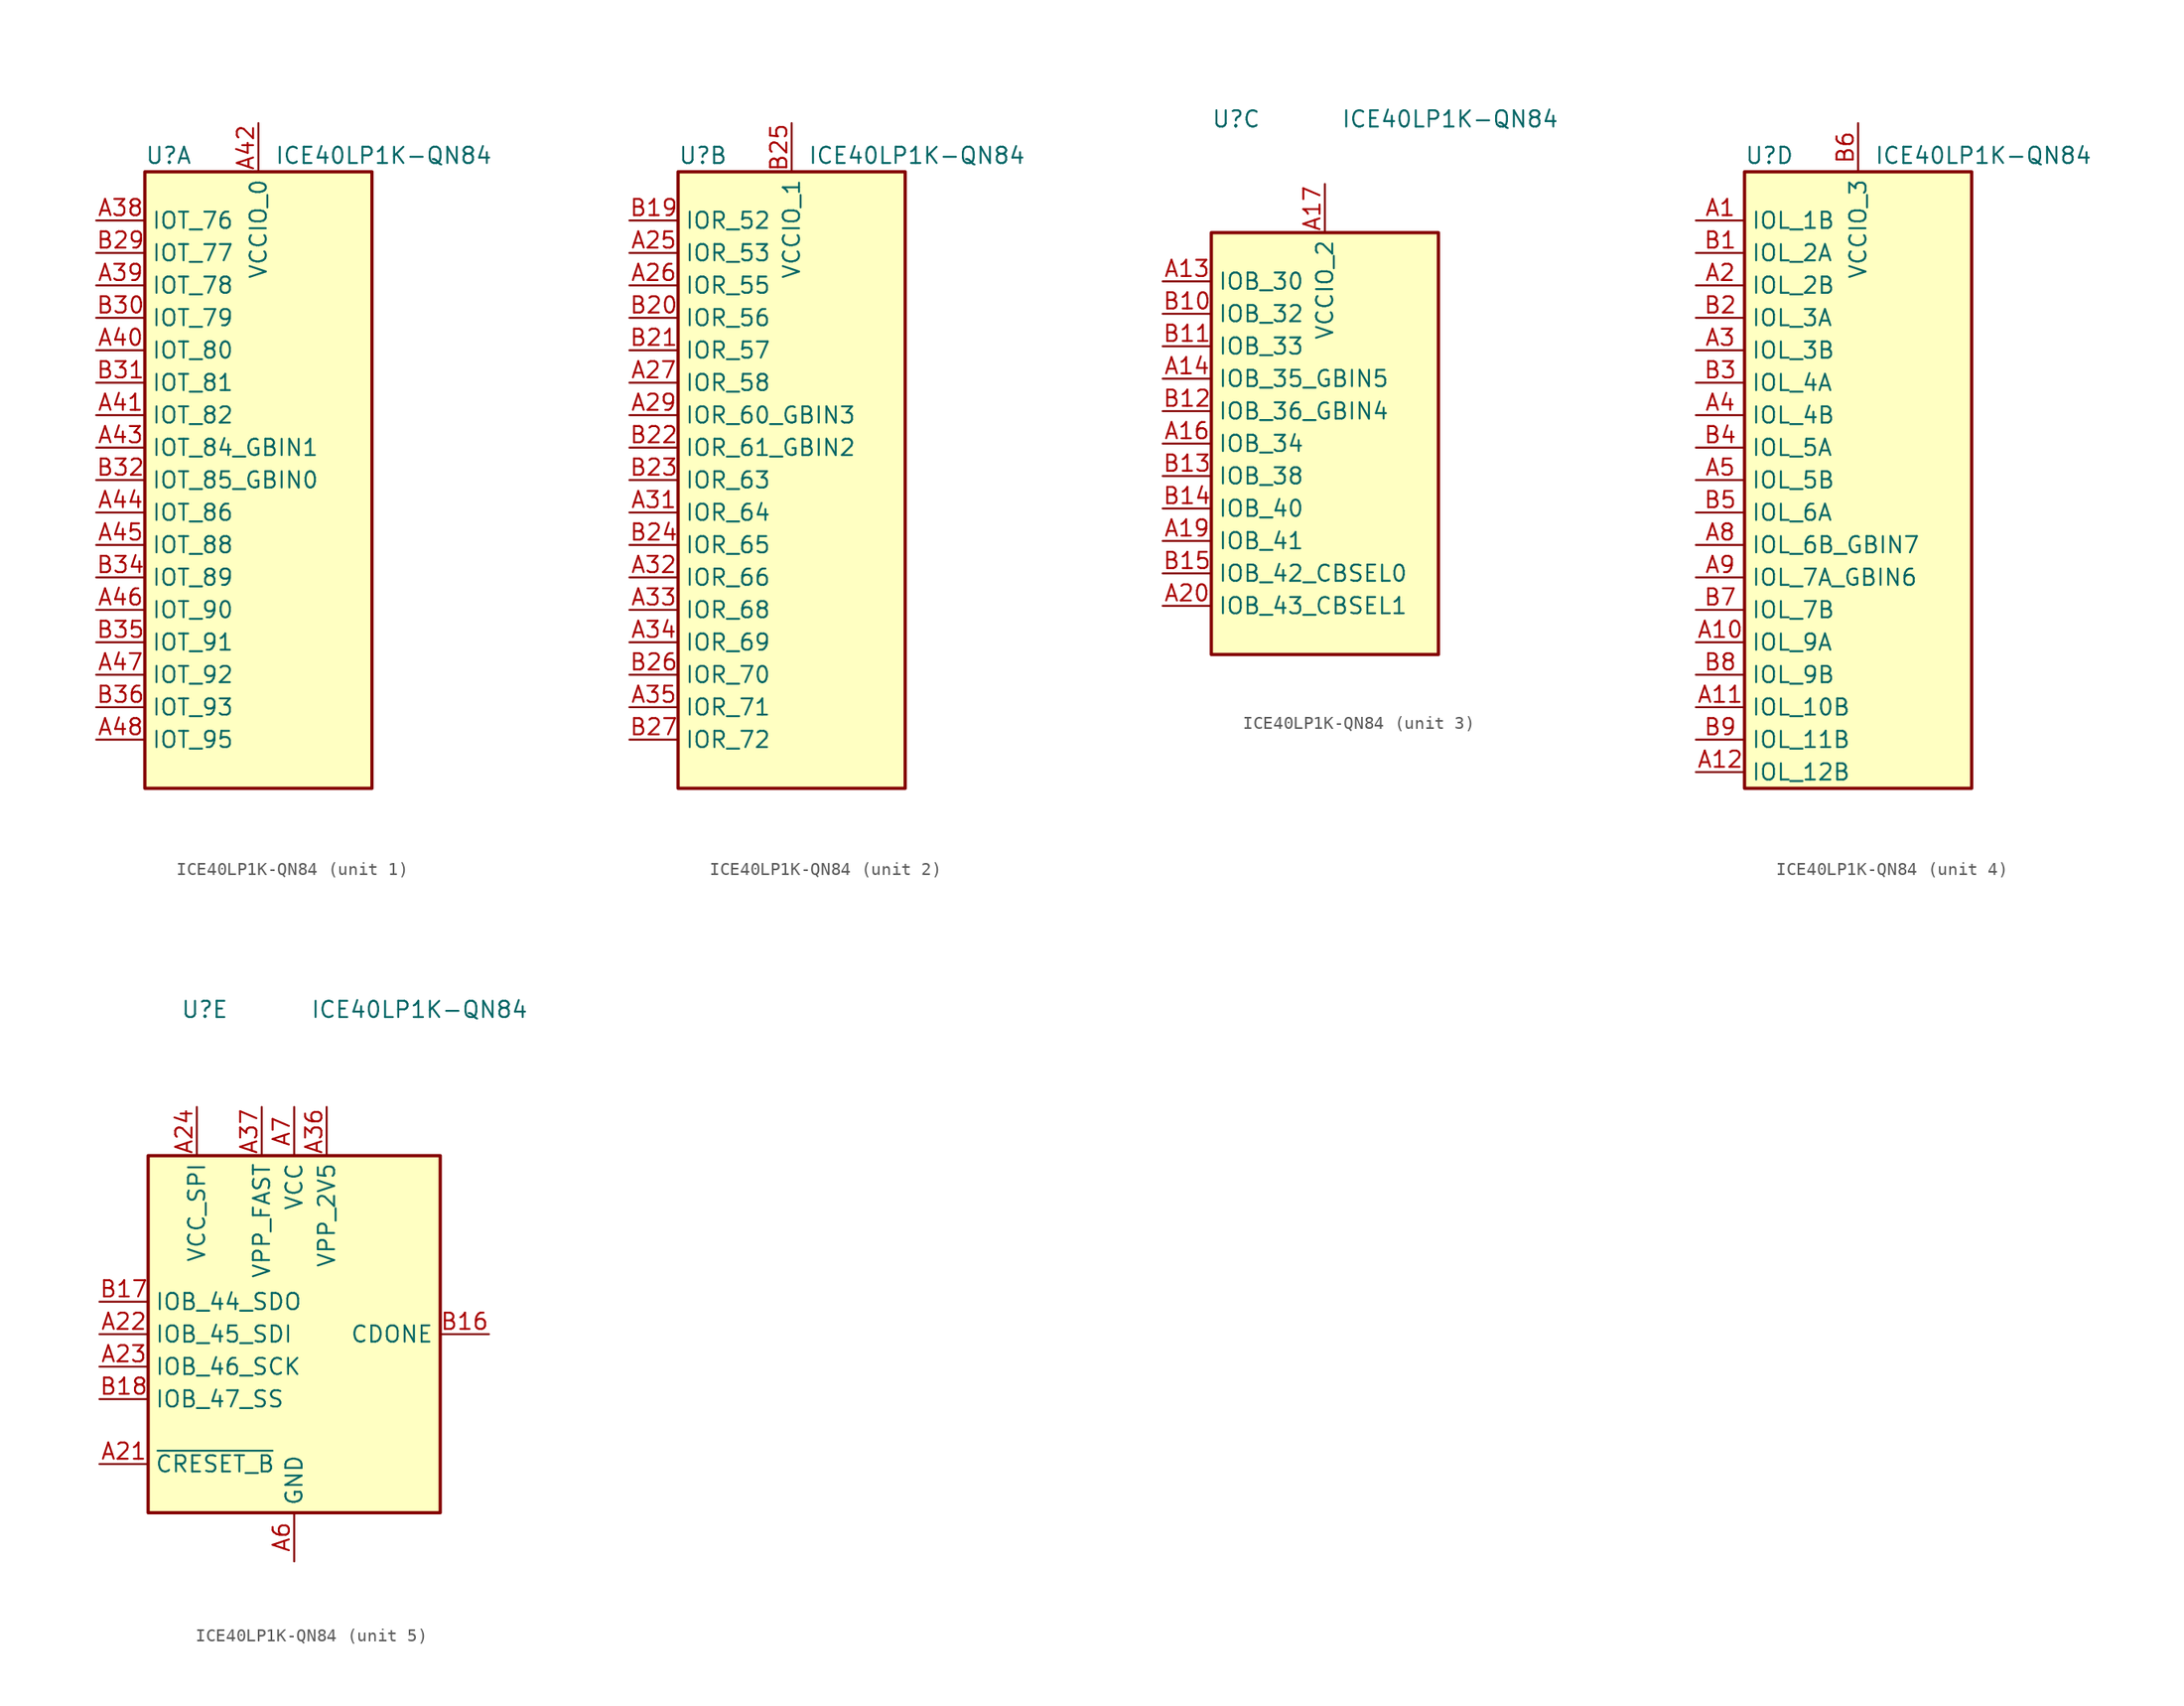
<source format=kicad_sym>
(kicad_symbol_lib
  (version 20241209)
  (generator "kicad_symbol_editor")
  (generator_version "9.0")
  (symbol "ICE40LP1K-QN84"
    (property "Reference" "U"
      (at -8.89 25.4 0)
      (effects (font (size 1.27 1.27)) (justify left)))
    (property "Value" "ICE40LP1K-QN84"
      (at 1.27 25.4 0)
      (effects (font (size 1.27 1.27)) (justify left)))
    (property "ki_locked" ""
      (at 0 0 0)
      (effects (font (size 1.27 1.27))))
    (symbol "ICE40LP1K-QN84_1_1"
      (rectangle (start -8.89 24.13) (end 8.89 -24.13) (stroke (width 0.254) (type default)) (fill (type background)))
      (pin bidirectional line (at -12.7 20.32 0) (length 3.81) (name "IOT_76" (effects (font (size 1.27 1.27)))) (number "A38" (effects (font (size 1.27 1.27)))))
      (pin bidirectional line (at -12.7 17.78 0) (length 3.81) (name "IOT_77" (effects (font (size 1.27 1.27)))) (number "B29" (effects (font (size 1.27 1.27)))))
      (pin bidirectional line (at -12.7 15.24 0) (length 3.81) (name "IOT_78" (effects (font (size 1.27 1.27)))) (number "A39" (effects (font (size 1.27 1.27)))))
      (pin bidirectional line (at -12.7 12.7 0) (length 3.81) (name "IOT_79" (effects (font (size 1.27 1.27)))) (number "B30" (effects (font (size 1.27 1.27)))))
      (pin bidirectional line (at -12.7 10.16 0) (length 3.81) (name "IOT_80" (effects (font (size 1.27 1.27)))) (number "A40" (effects (font (size 1.27 1.27)))))
      (pin bidirectional line (at -12.7 7.62 0) (length 3.81) (name "IOT_81" (effects (font (size 1.27 1.27)))) (number "B31" (effects (font (size 1.27 1.27)))))
      (pin bidirectional line (at -12.7 5.08 0) (length 3.81) (name "IOT_82" (effects (font (size 1.27 1.27)))) (number "A41" (effects (font (size 1.27 1.27)))))
      (pin bidirectional line (at -12.7 2.54 0) (length 3.81) (name "IOT_84_GBIN1" (effects (font (size 1.27 1.27)))) (number "A43" (effects (font (size 1.27 1.27)))))
      (pin bidirectional line (at -12.7 0 0) (length 3.81) (name "IOT_85_GBIN0" (effects (font (size 1.27 1.27)))) (number "B32" (effects (font (size 1.27 1.27)))))
      (pin bidirectional line (at -12.7 -2.54 0) (length 3.81) (name "IOT_86" (effects (font (size 1.27 1.27)))) (number "A44" (effects (font (size 1.27 1.27)))))
      (pin bidirectional line (at -12.7 -5.08 0) (length 3.81) (name "IOT_88" (effects (font (size 1.27 1.27)))) (number "A45" (effects (font (size 1.27 1.27)))))
      (pin bidirectional line (at -12.7 -7.62 0) (length 3.81) (name "IOT_89" (effects (font (size 1.27 1.27)))) (number "B34" (effects (font (size 1.27 1.27)))))
      (pin bidirectional line (at -12.7 -10.16 0) (length 3.81) (name "IOT_90" (effects (font (size 1.27 1.27)))) (number "A46" (effects (font (size 1.27 1.27)))))
      (pin bidirectional line (at -12.7 -12.7 0) (length 3.81) (name "IOT_91" (effects (font (size 1.27 1.27)))) (number "B35" (effects (font (size 1.27 1.27)))))
      (pin bidirectional line (at -12.7 -15.24 0) (length 3.81) (name "IOT_92" (effects (font (size 1.27 1.27)))) (number "A47" (effects (font (size 1.27 1.27)))))
      (pin bidirectional line (at -12.7 -17.78 0) (length 3.81) (name "IOT_93" (effects (font (size 1.27 1.27)))) (number "B36" (effects (font (size 1.27 1.27)))))
      (pin bidirectional line (at -12.7 -20.32 0) (length 3.81) (name "IOT_95" (effects (font (size 1.27 1.27)))) (number "A48" (effects (font (size 1.27 1.27)))))
      (pin power_in line (at 0 27.94 270) (length 3.81) (name "VCCIO_0" (effects (font (size 1.27 1.27)))) (number "A42" (effects (font (size 1.27 1.27))))))
    (symbol "ICE40LP1K-QN84_2_1"
      (rectangle (start -8.89 24.13) (end 8.89 -24.13) (stroke (width 0.254) (type default)) (fill (type background)))
      (pin bidirectional line (at -12.7 20.32 0) (length 3.81) (name "IOR_52" (effects (font (size 1.27 1.27)))) (number "B19" (effects (font (size 1.27 1.27)))))
      (pin bidirectional line (at -12.7 17.78 0) (length 3.81) (name "IOR_53" (effects (font (size 1.27 1.27)))) (number "A25" (effects (font (size 1.27 1.27)))))
      (pin bidirectional line (at -12.7 15.24 0) (length 3.81) (name "IOR_55" (effects (font (size 1.27 1.27)))) (number "A26" (effects (font (size 1.27 1.27)))))
      (pin bidirectional line (at -12.7 12.7 0) (length 3.81) (name "IOR_56" (effects (font (size 1.27 1.27)))) (number "B20" (effects (font (size 1.27 1.27)))))
      (pin bidirectional line (at -12.7 10.16 0) (length 3.81) (name "IOR_57" (effects (font (size 1.27 1.27)))) (number "B21" (effects (font (size 1.27 1.27)))))
      (pin bidirectional line (at -12.7 7.62 0) (length 3.81) (name "IOR_58" (effects (font (size 1.27 1.27)))) (number "A27" (effects (font (size 1.27 1.27)))))
      (pin bidirectional line (at -12.7 5.08 0) (length 3.81) (name "IOR_60_GBIN3" (effects (font (size 1.27 1.27)))) (number "A29" (effects (font (size 1.27 1.27)))))
      (pin bidirectional line (at -12.7 2.54 0) (length 3.81) (name "IOR_61_GBIN2" (effects (font (size 1.27 1.27)))) (number "B22" (effects (font (size 1.27 1.27)))))
      (pin bidirectional line (at -12.7 0 0) (length 3.81) (name "IOR_63" (effects (font (size 1.27 1.27)))) (number "B23" (effects (font (size 1.27 1.27)))))
      (pin bidirectional line (at -12.7 -2.54 0) (length 3.81) (name "IOR_64" (effects (font (size 1.27 1.27)))) (number "A31" (effects (font (size 1.27 1.27)))))
      (pin bidirectional line (at -12.7 -5.08 0) (length 3.81) (name "IOR_65" (effects (font (size 1.27 1.27)))) (number "B24" (effects (font (size 1.27 1.27)))))
      (pin bidirectional line (at -12.7 -7.62 0) (length 3.81) (name "IOR_66" (effects (font (size 1.27 1.27)))) (number "A32" (effects (font (size 1.27 1.27)))))
      (pin bidirectional line (at -12.7 -10.16 0) (length 3.81) (name "IOR_68" (effects (font (size 1.27 1.27)))) (number "A33" (effects (font (size 1.27 1.27)))))
      (pin bidirectional line (at -12.7 -12.7 0) (length 3.81) (name "IOR_69" (effects (font (size 1.27 1.27)))) (number "A34" (effects (font (size 1.27 1.27)))))
      (pin bidirectional line (at -12.7 -15.24 0) (length 3.81) (name "IOR_70" (effects (font (size 1.27 1.27)))) (number "B26" (effects (font (size 1.27 1.27)))))
      (pin bidirectional line (at -12.7 -17.78 0) (length 3.81) (name "IOR_71" (effects (font (size 1.27 1.27)))) (number "A35" (effects (font (size 1.27 1.27)))))
      (pin bidirectional line (at -12.7 -20.32 0) (length 3.81) (name "IOR_72" (effects (font (size 1.27 1.27)))) (number "B27" (effects (font (size 1.27 1.27)))))
      (pin power_in line (at 0 27.94 270) (length 3.81) (name "VCCIO_1" (effects (font (size 1.27 1.27)))) (number "B25" (effects (font (size 1.27 1.27))))))
    (symbol "ICE40LP1K-QN84_3_1"
      (rectangle (start -8.89 16.51) (end 8.89 -16.51) (stroke (width 0.254) (type default)) (fill (type background)))
      (pin bidirectional line (at -12.7 12.7 0) (length 3.81) (name "IOB_30" (effects (font (size 1.27 1.27)))) (number "A13" (effects (font (size 1.27 1.27)))))
      (pin bidirectional line (at -12.7 10.16 0) (length 3.81) (name "IOB_32" (effects (font (size 1.27 1.27)))) (number "B10" (effects (font (size 1.27 1.27)))))
      (pin bidirectional line (at -12.7 7.62 0) (length 3.81) (name "IOB_33" (effects (font (size 1.27 1.27)))) (number "B11" (effects (font (size 1.27 1.27)))))
      (pin bidirectional line (at -12.7 5.08 0) (length 3.81) (name "IOB_35_GBIN5" (effects (font (size 1.27 1.27)))) (number "A14" (effects (font (size 1.27 1.27)))))
      (pin bidirectional line (at -12.7 2.54 0) (length 3.81) (name "IOB_36_GBIN4" (effects (font (size 1.27 1.27)))) (number "B12" (effects (font (size 1.27 1.27)))))
      (pin bidirectional line (at -12.7 0 0) (length 3.81) (name "IOB_34" (effects (font (size 1.27 1.27)))) (number "A16" (effects (font (size 1.27 1.27)))))
      (pin bidirectional line (at -12.7 -2.54 0) (length 3.81) (name "IOB_38" (effects (font (size 1.27 1.27)))) (number "B13" (effects (font (size 1.27 1.27)))))
      (pin bidirectional line (at -12.7 -5.08 0) (length 3.81) (name "IOB_40" (effects (font (size 1.27 1.27)))) (number "B14" (effects (font (size 1.27 1.27)))))
      (pin bidirectional line (at -12.7 -7.62 0) (length 3.81) (name "IOB_41" (effects (font (size 1.27 1.27)))) (number "A19" (effects (font (size 1.27 1.27)))))
      (pin bidirectional line (at -12.7 -10.16 0) (length 3.81) (name "IOB_42_CBSEL0" (effects (font (size 1.27 1.27)))) (number "B15" (effects (font (size 1.27 1.27)))))
      (pin bidirectional line (at -12.7 -12.7 0) (length 3.81) (name "IOB_43_CBSEL1" (effects (font (size 1.27 1.27)))) (number "A20" (effects (font (size 1.27 1.27)))))
      (pin power_in line (at 0 20.32 270) (length 3.81) (name "VCCIO_2" (effects (font (size 1.27 1.27)))) (number "A17" (effects (font (size 1.27 1.27))))))
    (symbol "ICE40LP1K-QN84_4_1"
      (rectangle (start -8.89 24.13) (end 8.89 -24.13) (stroke (width 0.254) (type default)) (fill (type background)))
      (pin bidirectional line (at -12.7 20.32 0) (length 3.81) (name "IOL_1B" (effects (font (size 1.27 1.27)))) (number "A1" (effects (font (size 1.27 1.27)))))
      (pin bidirectional line (at -12.7 17.78 0) (length 3.81) (name "IOL_2A" (effects (font (size 1.27 1.27)))) (number "B1" (effects (font (size 1.27 1.27)))))
      (pin bidirectional line (at -12.7 15.24 0) (length 3.81) (name "IOL_2B" (effects (font (size 1.27 1.27)))) (number "A2" (effects (font (size 1.27 1.27)))))
      (pin bidirectional line (at -12.7 12.7 0) (length 3.81) (name "IOL_3A" (effects (font (size 1.27 1.27)))) (number "B2" (effects (font (size 1.27 1.27)))))
      (pin bidirectional line (at -12.7 10.16 0) (length 3.81) (name "IOL_3B" (effects (font (size 1.27 1.27)))) (number "A3" (effects (font (size 1.27 1.27)))))
      (pin bidirectional line (at -12.7 7.62 0) (length 3.81) (name "IOL_4A" (effects (font (size 1.27 1.27)))) (number "B3" (effects (font (size 1.27 1.27)))))
      (pin bidirectional line (at -12.7 5.08 0) (length 3.81) (name "IOL_4B" (effects (font (size 1.27 1.27)))) (number "A4" (effects (font (size 1.27 1.27)))))
      (pin bidirectional line (at -12.7 2.54 0) (length 3.81) (name "IOL_5A" (effects (font (size 1.27 1.27)))) (number "B4" (effects (font (size 1.27 1.27)))))
      (pin bidirectional line (at -12.7 0 0) (length 3.81) (name "IOL_5B" (effects (font (size 1.27 1.27)))) (number "A5" (effects (font (size 1.27 1.27)))))
      (pin bidirectional line (at -12.7 -2.54 0) (length 3.81) (name "IOL_6A" (effects (font (size 1.27 1.27)))) (number "B5" (effects (font (size 1.27 1.27)))))
      (pin bidirectional line (at -12.7 -5.08 0) (length 3.81) (name "IOL_6B_GBIN7" (effects (font (size 1.27 1.27)))) (number "A8" (effects (font (size 1.27 1.27)))))
      (pin bidirectional line (at -12.7 -7.62 0) (length 3.81) (name "IOL_7A_GBIN6" (effects (font (size 1.27 1.27)))) (number "A9" (effects (font (size 1.27 1.27)))))
      (pin bidirectional line (at -12.7 -10.16 0) (length 3.81) (name "IOL_7B" (effects (font (size 1.27 1.27)))) (number "B7" (effects (font (size 1.27 1.27)))))
      (pin bidirectional line (at -12.7 -12.7 0) (length 3.81) (name "IOL_9A" (effects (font (size 1.27 1.27)))) (number "A10" (effects (font (size 1.27 1.27)))))
      (pin bidirectional line (at -12.7 -15.24 0) (length 3.81) (name "IOL_9B" (effects (font (size 1.27 1.27)))) (number "B8" (effects (font (size 1.27 1.27)))))
      (pin bidirectional line (at -12.7 -17.78 0) (length 3.81) (name "IOL_10B" (effects (font (size 1.27 1.27)))) (number "A11" (effects (font (size 1.27 1.27)))))
      (pin bidirectional line (at -12.7 -20.32 0) (length 3.81) (name "IOL_11B" (effects (font (size 1.27 1.27)))) (number "B9" (effects (font (size 1.27 1.27)))))
      (pin bidirectional line (at -12.7 -22.86 0) (length 3.81) (name "IOL_12B" (effects (font (size 1.27 1.27)))) (number "A12" (effects (font (size 1.27 1.27)))))
      (pin power_in line (at 0 27.94 270) (length 3.81) (name "VCCIO_3" (effects (font (size 1.27 1.27)))) (number "B6" (effects (font (size 1.27 1.27))))))
    (symbol "ICE40LP1K-QN84_5_1"
      (rectangle (start -11.43 13.97) (end 11.43 -13.97) (stroke (width 0.254) (type default)) (fill (type background)))
      (pin bidirectional line (at -15.24 2.54 0) (length 3.81) (name "IOB_44_SDO" (effects (font (size 1.27 1.27)))) (number "B17" (effects (font (size 1.27 1.27)))))
      (pin bidirectional line (at -15.24 0 0) (length 3.81) (name "IOB_45_SDI" (effects (font (size 1.27 1.27)))) (number "A22" (effects (font (size 1.27 1.27)))))
      (pin bidirectional line (at -15.24 -2.54 0) (length 3.81) (name "IOB_46_SCK" (effects (font (size 1.27 1.27)))) (number "A23" (effects (font (size 1.27 1.27)))))
      (pin bidirectional line (at -15.24 -5.08 0) (length 3.81) (name "IOB_47_SS" (effects (font (size 1.27 1.27)))) (number "B18" (effects (font (size 1.27 1.27)))))
      (pin input line (at -15.24 -10.16 0) (length 3.81) (name "~{CRESET_B}" (effects (font (size 1.27 1.27)))) (number "A21" (effects (font (size 1.27 1.27)))))
      (pin power_in line (at -7.62 17.78 270) (length 3.81) (name "VCC_SPI" (effects (font (size 1.27 1.27)))) (number "A24" (effects (font (size 1.27 1.27)))))
      (pin power_in line (at -2.54 17.78 270) (length 3.81) (name "VPP_FAST" (effects (font (size 1.27 1.27)))) (number "A37" (effects (font (size 1.27 1.27)))))
      (pin passive line (at 0 17.78 270) (length 3.81) (hide yes) (name "VCC" (effects (font (size 1.27 1.27)))) (number "A15" (effects (font (size 1.27 1.27)))))
      (pin passive line (at 0 17.78 270) (length 3.81) (hide yes) (name "VCC" (effects (font (size 1.27 1.27)))) (number "A28" (effects (font (size 1.27 1.27)))))
      (pin power_in line (at 0 17.78 270) (length 3.81) (name "VCC" (effects (font (size 1.27 1.27)))) (number "A7" (effects (font (size 1.27 1.27)))))
      (pin passive line (at 0 17.78 270) (length 3.81) (hide yes) (name "VCC" (effects (font (size 1.27 1.27)))) (number "B28" (effects (font (size 1.27 1.27)))))
      (pin passive line (at 0 -17.78 90) (length 3.81) (hide yes) (name "GND" (effects (font (size 1.27 1.27)))) (number "A18" (effects (font (size 1.27 1.27)))))
      (pin passive line (at 0 -17.78 90) (length 3.81) (hide yes) (name "GND" (effects (font (size 1.27 1.27)))) (number "A30" (effects (font (size 1.27 1.27)))))
      (pin passive line (at 0 -17.78 90) (length 3.81) (hide yes) (name "GND" (effects (font (size 1.27 1.27)))) (number "A49" (effects (font (size 1.27 1.27)))))
      (pin power_in line (at 0 -17.78 90) (length 3.81) (name "GND" (effects (font (size 1.27 1.27)))) (number "A6" (effects (font (size 1.27 1.27)))))
      (pin passive line (at 0 -17.78 90) (length 3.81) (hide yes) (name "GND" (effects (font (size 1.27 1.27)))) (number "B33" (effects (font (size 1.27 1.27)))))
      (pin power_in line (at 2.54 17.78 270) (length 3.81) (name "VPP_2V5" (effects (font (size 1.27 1.27)))) (number "A36" (effects (font (size 1.27 1.27)))))
      (pin open_collector line (at 15.24 0 180) (length 3.81) (name "CDONE" (effects (font (size 1.27 1.27)))) (number "B16" (effects (font (size 1.27 1.27))))))))
</source>
